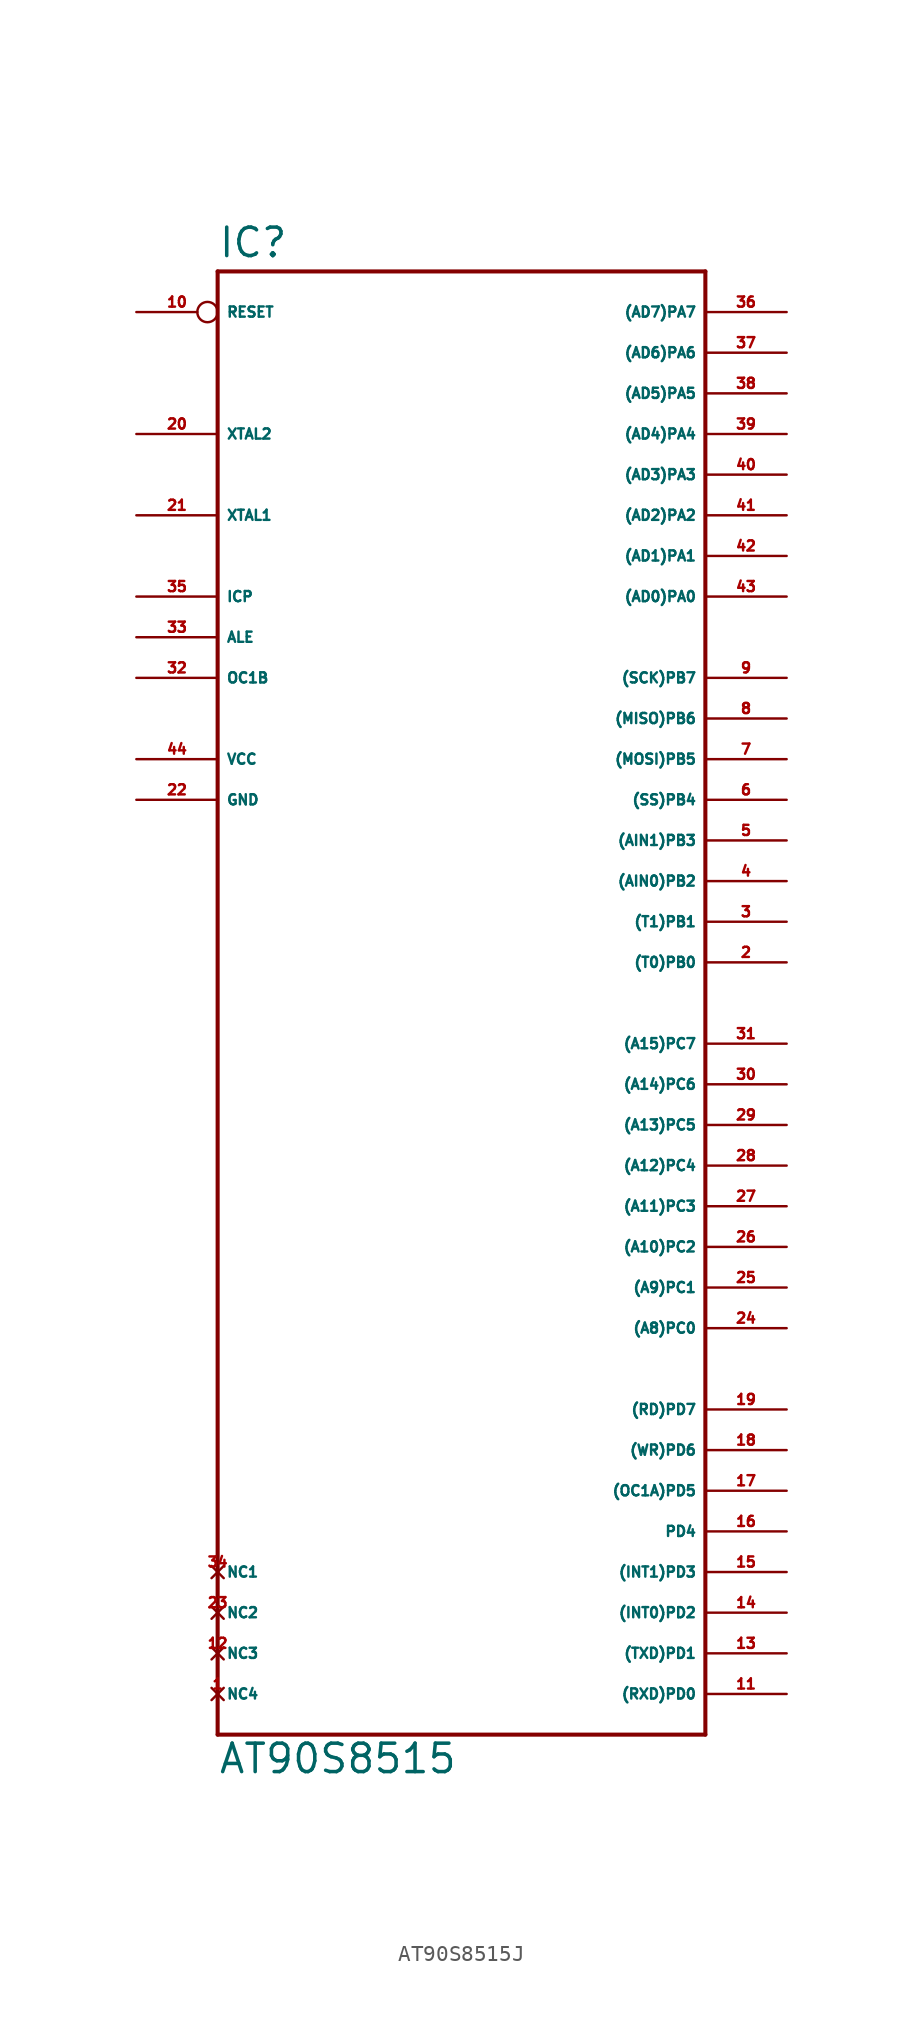
<source format=kicad_sym>
(kicad_symbol_lib
  (version 20220914)
  (generator Eagle2Kicad)
  (symbol "AT90S8515J"
    (property "Reference" "IC"
      (at -15.24 36.322 0)
      (effects (font (size 1.778 1.778) (thickness 0.22)) (justify left bottom)))
    (property "Value" "AT90S8515"
      (at -15.24 -58.42 0)
      (effects (font (size 1.778 1.778) (thickness 0.22)) (justify left bottom)))
    (polyline
      (pts (xy -15.24 35.56) (xy 15.24 35.56))
      (stroke (width 0.254) (type default))
      (fill (type none)))
    (polyline
      (pts (xy 15.24 35.56) (xy 15.24 -55.88))
      (stroke (width 0.254) (type default))
      (fill (type none)))
    (polyline
      (pts (xy 15.24 -55.88) (xy -15.24 -55.88))
      (stroke (width 0.254) (type default))
      (fill (type none)))
    (polyline
      (pts (xy -15.24 -55.88) (xy -15.24 35.56))
      (stroke (width 0.254) (type default))
      (fill (type none)))
    (pin bidirectional line
      (at 20.32 33.02 180)
      (length 5.08)
      (name "(AD7)PA7" (effects (font (size 0.635 0.635) (thickness 0.08)) (justify left bottom)))
      (number "36" (effects (font (size 0.635 0.635) (thickness 0.08)) (justify left bottom))))
    (pin bidirectional line
      (at 20.32 30.48 180)
      (length 5.08)
      (name "(AD6)PA6" (effects (font (size 0.635 0.635) (thickness 0.08)) (justify left bottom)))
      (number "37" (effects (font (size 0.635 0.635) (thickness 0.08)) (justify left bottom))))
    (pin bidirectional line
      (at 20.32 27.94 180)
      (length 5.08)
      (name "(AD5)PA5" (effects (font (size 0.635 0.635) (thickness 0.08)) (justify left bottom)))
      (number "38" (effects (font (size 0.635 0.635) (thickness 0.08)) (justify left bottom))))
    (pin bidirectional line
      (at 20.32 25.4 180)
      (length 5.08)
      (name "(AD4)PA4" (effects (font (size 0.635 0.635) (thickness 0.08)) (justify left bottom)))
      (number "39" (effects (font (size 0.635 0.635) (thickness 0.08)) (justify left bottom))))
    (pin bidirectional line
      (at 20.32 22.86 180)
      (length 5.08)
      (name "(AD3)PA3" (effects (font (size 0.635 0.635) (thickness 0.08)) (justify left bottom)))
      (number "40" (effects (font (size 0.635 0.635) (thickness 0.08)) (justify left bottom))))
    (pin bidirectional line
      (at 20.32 20.32 180)
      (length 5.08)
      (name "(AD2)PA2" (effects (font (size 0.635 0.635) (thickness 0.08)) (justify left bottom)))
      (number "41" (effects (font (size 0.635 0.635) (thickness 0.08)) (justify left bottom))))
    (pin bidirectional line
      (at 20.32 17.78 180)
      (length 5.08)
      (name "(AD1)PA1" (effects (font (size 0.635 0.635) (thickness 0.08)) (justify left bottom)))
      (number "42" (effects (font (size 0.635 0.635) (thickness 0.08)) (justify left bottom))))
    (pin bidirectional line
      (at 20.32 15.24 180)
      (length 5.08)
      (name "(AD0)PA0" (effects (font (size 0.635 0.635) (thickness 0.08)) (justify left bottom)))
      (number "43" (effects (font (size 0.635 0.635) (thickness 0.08)) (justify left bottom))))
    (pin bidirectional line
      (at 20.32 10.16 180)
      (length 5.08)
      (name "(SCK)PB7" (effects (font (size 0.635 0.635) (thickness 0.08)) (justify left bottom)))
      (number "9" (effects (font (size 0.635 0.635) (thickness 0.08)) (justify left bottom))))
    (pin bidirectional line
      (at 20.32 7.62 180)
      (length 5.08)
      (name "(MISO)PB6" (effects (font (size 0.635 0.635) (thickness 0.08)) (justify left bottom)))
      (number "8" (effects (font (size 0.635 0.635) (thickness 0.08)) (justify left bottom))))
    (pin bidirectional line
      (at 20.32 5.08 180)
      (length 5.08)
      (name "(MOSI)PB5" (effects (font (size 0.635 0.635) (thickness 0.08)) (justify left bottom)))
      (number "7" (effects (font (size 0.635 0.635) (thickness 0.08)) (justify left bottom))))
    (pin bidirectional line
      (at 20.32 2.54 180)
      (length 5.08)
      (name "(SS)PB4" (effects (font (size 0.635 0.635) (thickness 0.08)) (justify left bottom)))
      (number "6" (effects (font (size 0.635 0.635) (thickness 0.08)) (justify left bottom))))
    (pin bidirectional line
      (at 20.32 0 180)
      (length 5.08)
      (name "(AIN1)PB3" (effects (font (size 0.635 0.635) (thickness 0.08)) (justify left bottom)))
      (number "5" (effects (font (size 0.635 0.635) (thickness 0.08)) (justify left bottom))))
    (pin bidirectional line
      (at 20.32 -2.54 180)
      (length 5.08)
      (name "(AIN0)PB2" (effects (font (size 0.635 0.635) (thickness 0.08)) (justify left bottom)))
      (number "4" (effects (font (size 0.635 0.635) (thickness 0.08)) (justify left bottom))))
    (pin bidirectional line
      (at 20.32 -5.08 180)
      (length 5.08)
      (name "(T1)PB1" (effects (font (size 0.635 0.635) (thickness 0.08)) (justify left bottom)))
      (number "3" (effects (font (size 0.635 0.635) (thickness 0.08)) (justify left bottom))))
    (pin bidirectional line
      (at 20.32 -7.62 180)
      (length 5.08)
      (name "(T0)PB0" (effects (font (size 0.635 0.635) (thickness 0.08)) (justify left bottom)))
      (number "2" (effects (font (size 0.635 0.635) (thickness 0.08)) (justify left bottom))))
    (pin bidirectional line
      (at 20.32 -12.7 180)
      (length 5.08)
      (name "(A15)PC7" (effects (font (size 0.635 0.635) (thickness 0.08)) (justify left bottom)))
      (number "31" (effects (font (size 0.635 0.635) (thickness 0.08)) (justify left bottom))))
    (pin bidirectional line
      (at 20.32 -15.24 180)
      (length 5.08)
      (name "(A14)PC6" (effects (font (size 0.635 0.635) (thickness 0.08)) (justify left bottom)))
      (number "30" (effects (font (size 0.635 0.635) (thickness 0.08)) (justify left bottom))))
    (pin bidirectional line
      (at 20.32 -17.78 180)
      (length 5.08)
      (name "(A13)PC5" (effects (font (size 0.635 0.635) (thickness 0.08)) (justify left bottom)))
      (number "29" (effects (font (size 0.635 0.635) (thickness 0.08)) (justify left bottom))))
    (pin bidirectional line
      (at 20.32 -20.32 180)
      (length 5.08)
      (name "(A12)PC4" (effects (font (size 0.635 0.635) (thickness 0.08)) (justify left bottom)))
      (number "28" (effects (font (size 0.635 0.635) (thickness 0.08)) (justify left bottom))))
    (pin bidirectional line
      (at 20.32 -22.86 180)
      (length 5.08)
      (name "(A11)PC3" (effects (font (size 0.635 0.635) (thickness 0.08)) (justify left bottom)))
      (number "27" (effects (font (size 0.635 0.635) (thickness 0.08)) (justify left bottom))))
    (pin bidirectional line
      (at 20.32 -25.4 180)
      (length 5.08)
      (name "(A10)PC2" (effects (font (size 0.635 0.635) (thickness 0.08)) (justify left bottom)))
      (number "26" (effects (font (size 0.635 0.635) (thickness 0.08)) (justify left bottom))))
    (pin bidirectional line
      (at 20.32 -27.94 180)
      (length 5.08)
      (name "(A9)PC1" (effects (font (size 0.635 0.635) (thickness 0.08)) (justify left bottom)))
      (number "25" (effects (font (size 0.635 0.635) (thickness 0.08)) (justify left bottom))))
    (pin bidirectional line
      (at 20.32 -30.48 180)
      (length 5.08)
      (name "(A8)PC0" (effects (font (size 0.635 0.635) (thickness 0.08)) (justify left bottom)))
      (number "24" (effects (font (size 0.635 0.635) (thickness 0.08)) (justify left bottom))))
    (pin bidirectional line
      (at -20.32 10.16 0)
      (length 5.08)
      (name "OC1B" (effects (font (size 0.635 0.635) (thickness 0.08)) (justify left bottom)))
      (number "32" (effects (font (size 0.635 0.635) (thickness 0.08)) (justify left bottom))))
    (pin bidirectional line
      (at -20.32 12.7 0)
      (length 5.08)
      (name "ALE" (effects (font (size 0.635 0.635) (thickness 0.08)) (justify left bottom)))
      (number "33" (effects (font (size 0.635 0.635) (thickness 0.08)) (justify left bottom))))
    (pin bidirectional line
      (at -20.32 15.24 0)
      (length 5.08)
      (name "ICP" (effects (font (size 0.635 0.635) (thickness 0.08)) (justify left bottom)))
      (number "35" (effects (font (size 0.635 0.635) (thickness 0.08)) (justify left bottom))))
    (pin bidirectional line
      (at -20.32 20.32 0)
      (length 5.08)
      (name "XTAL1" (effects (font (size 0.635 0.635) (thickness 0.08)) (justify left bottom)))
      (number "21" (effects (font (size 0.635 0.635) (thickness 0.08)) (justify left bottom))))
    (pin bidirectional line
      (at -20.32 25.4 0)
      (length 5.08)
      (name "XTAL2" (effects (font (size 0.635 0.635) (thickness 0.08)) (justify left bottom)))
      (number "20" (effects (font (size 0.635 0.635) (thickness 0.08)) (justify left bottom))))
    (pin unspecified line
      (at -20.32 5.08 0)
      (length 5.08)
      (name "VCC" (effects (font (size 0.635 0.635) (thickness 0.08)) (justify left bottom)))
      (number "44" (effects (font (size 0.635 0.635) (thickness 0.08)) (justify left bottom))))
    (pin unspecified line
      (at -20.32 2.54 0)
      (length 5.08)
      (name "GND" (effects (font (size 0.635 0.635) (thickness 0.08)) (justify left bottom)))
      (number "22" (effects (font (size 0.635 0.635) (thickness 0.08)) (justify left bottom))))
    (pin input inverted
      (at -20.32 33.02 0)
      (length 5.08)
      (name "RESET" (effects (font (size 0.635 0.635) (thickness 0.08)) (justify left bottom)))
      (number "10" (effects (font (size 0.635 0.635) (thickness 0.08)) (justify left bottom))))
    (pin bidirectional line
      (at 20.32 -53.34 180)
      (length 5.08)
      (name "(RXD)PD0" (effects (font (size 0.635 0.635) (thickness 0.08)) (justify left bottom)))
      (number "11" (effects (font (size 0.635 0.635) (thickness 0.08)) (justify left bottom))))
    (pin bidirectional line
      (at 20.32 -50.8 180)
      (length 5.08)
      (name "(TXD)PD1" (effects (font (size 0.635 0.635) (thickness 0.08)) (justify left bottom)))
      (number "13" (effects (font (size 0.635 0.635) (thickness 0.08)) (justify left bottom))))
    (pin bidirectional line
      (at 20.32 -48.26 180)
      (length 5.08)
      (name "(INT0)PD2" (effects (font (size 0.635 0.635) (thickness 0.08)) (justify left bottom)))
      (number "14" (effects (font (size 0.635 0.635) (thickness 0.08)) (justify left bottom))))
    (pin bidirectional line
      (at 20.32 -45.72 180)
      (length 5.08)
      (name "(INT1)PD3" (effects (font (size 0.635 0.635) (thickness 0.08)) (justify left bottom)))
      (number "15" (effects (font (size 0.635 0.635) (thickness 0.08)) (justify left bottom))))
    (pin bidirectional line
      (at 20.32 -43.18 180)
      (length 5.08)
      (name "PD4" (effects (font (size 0.635 0.635) (thickness 0.08)) (justify left bottom)))
      (number "16" (effects (font (size 0.635 0.635) (thickness 0.08)) (justify left bottom))))
    (pin bidirectional line
      (at 20.32 -40.64 180)
      (length 5.08)
      (name "(OC1A)PD5" (effects (font (size 0.635 0.635) (thickness 0.08)) (justify left bottom)))
      (number "17" (effects (font (size 0.635 0.635) (thickness 0.08)) (justify left bottom))))
    (pin bidirectional line
      (at 20.32 -38.1 180)
      (length 5.08)
      (name "(WR)PD6" (effects (font (size 0.635 0.635) (thickness 0.08)) (justify left bottom)))
      (number "18" (effects (font (size 0.635 0.635) (thickness 0.08)) (justify left bottom))))
    (pin bidirectional line
      (at 20.32 -35.56 180)
      (length 5.08)
      (name "(RD)PD7" (effects (font (size 0.635 0.635) (thickness 0.08)) (justify left bottom)))
      (number "19" (effects (font (size 0.635 0.635) (thickness 0.08)) (justify left bottom))))
    (pin no_connect line
      (at -15.24 -45.72 0)
      (length 0)
      (name "NC1" (effects (font (size 0.635 0.635) (thickness 0.08)) (justify left bottom) hide))
      (number "34" (effects (font (size 0.635 0.635) (thickness 0.08)) (justify left bottom) hide)))
    (pin no_connect line
      (at -15.24 -48.26 0)
      (length 0)
      (name "NC2" (effects (font (size 0.635 0.635) (thickness 0.08)) (justify left bottom) hide))
      (number "23" (effects (font (size 0.635 0.635) (thickness 0.08)) (justify left bottom) hide)))
    (pin no_connect line
      (at -15.24 -50.8 0)
      (length 0)
      (name "NC3" (effects (font (size 0.635 0.635) (thickness 0.08)) (justify left bottom) hide))
      (number "12" (effects (font (size 0.635 0.635) (thickness 0.08)) (justify left bottom) hide)))
    (pin no_connect line
      (at -15.24 -53.34 0)
      (length 0)
      (name "NC4" (effects (font (size 0.635 0.635) (thickness 0.08)) (justify left bottom) hide))
      (number "1" (effects (font (size 0.635 0.635) (thickness 0.08)) (justify left bottom) hide)))))
</source>
